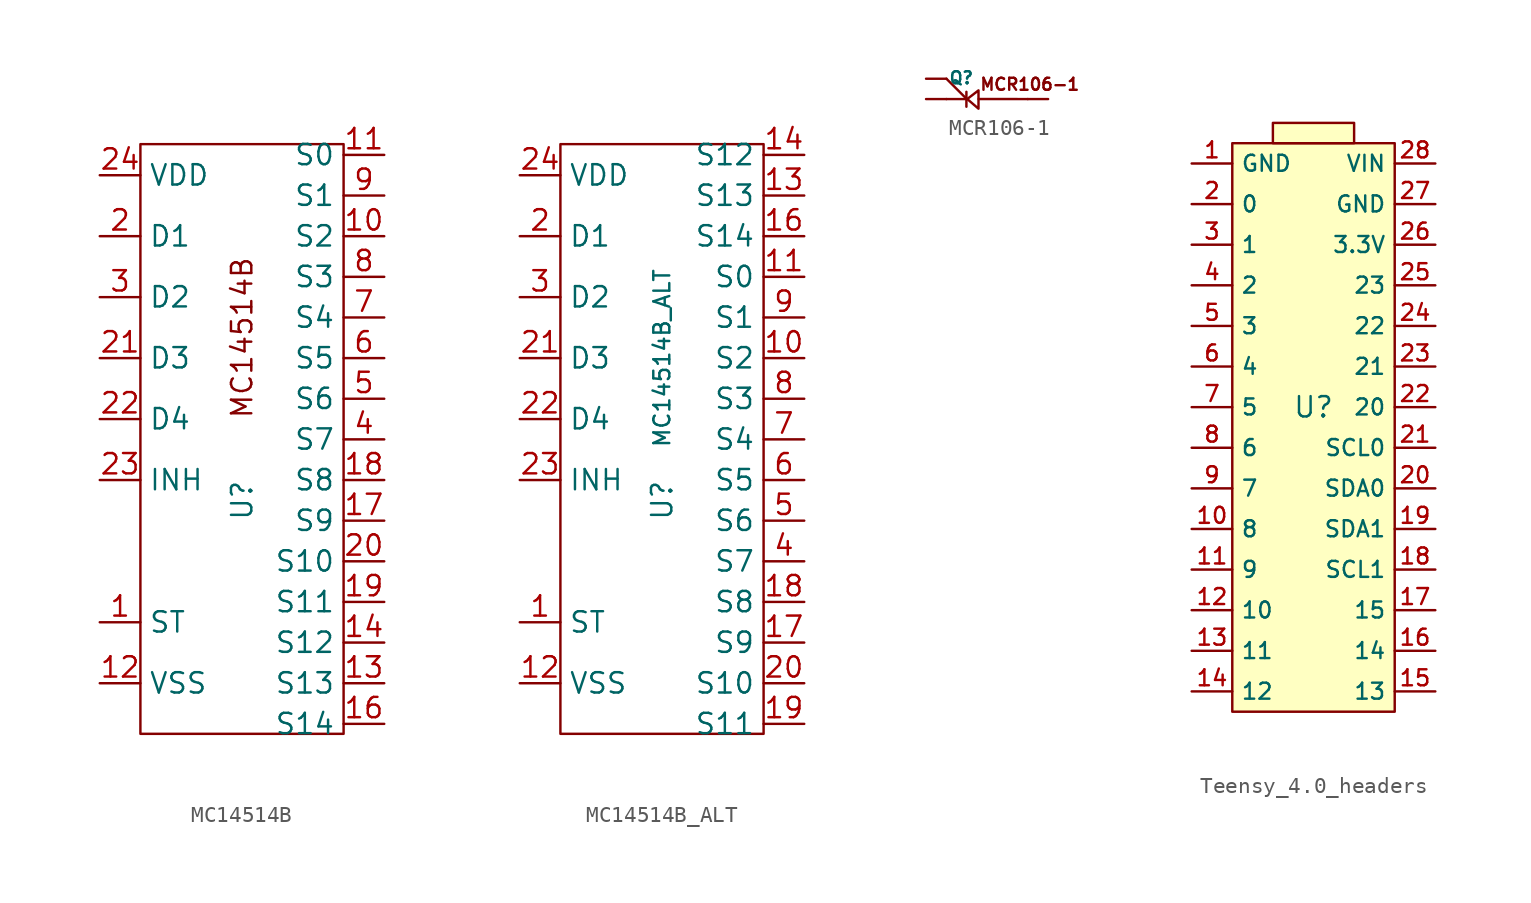
<source format=kicad_sym>
(kicad_symbol_lib
  (version 20241209)
  (generator "kicad_symbol_editor")
  (generator_version "9.0")
  (symbol "MC14514B"
    (property "Reference" "U"
      (at 0 -3.81 90)
      (effects (font (size 1.27 1.27))))
    (property "Value" ""
      (at 2.54 2.54 0)
      (effects (font (size 1.27 1.27))))
    (symbol "MC14514B_0_1"
      (rectangle (start -6.35 18.453) (end 6.35 -18.403) (stroke (width 0) (type default)) (fill (type none))))
    (symbol "MC14514B_1_1"
      (text "MC14514B" (at 0 6.35 900) (effects (font (size 1.27 1.27))))
      (pin power_in line (at -8.89 16.51 0) (length 2.54) (name "VDD" (effects (font (size 1.27 1.27)))) (number "24" (effects (font (size 1.27 1.27)))))
      (pin input line (at -8.89 12.7 0) (length 2.54) (name "D1" (effects (font (size 1.27 1.27)))) (number "2" (effects (font (size 1.27 1.27)))))
      (pin input line (at -8.89 8.89 0) (length 2.54) (name "D2" (effects (font (size 1.27 1.27)))) (number "3" (effects (font (size 1.27 1.27)))))
      (pin input line (at -8.89 5.08 0) (length 2.54) (name "D3" (effects (font (size 1.27 1.27)))) (number "21" (effects (font (size 1.27 1.27)))))
      (pin input line (at -8.89 1.27 0) (length 2.54) (name "D4" (effects (font (size 1.27 1.27)))) (number "22" (effects (font (size 1.27 1.27)))))
      (pin input line (at -8.89 -2.54 0) (length 2.54) (name "INH" (effects (font (size 1.27 1.27)))) (number "23" (effects (font (size 1.27 1.27)))))
      (pin output line (at -8.89 -6.35 0) (length 2.54) (hide yes) (name "S15" (effects (font (size 1.27 1.27)))) (number "15" (effects (font (size 1.27 1.27)))))
      (pin input line (at -8.89 -11.43 0) (length 2.54) (name "ST" (effects (font (size 1.27 1.27)))) (number "1" (effects (font (size 1.27 1.27)))))
      (pin power_in line (at -8.89 -15.24 0) (length 2.54) (name "VSS" (effects (font (size 1.27 1.27)))) (number "12" (effects (font (size 1.27 1.27)))))
      (pin output line (at 8.89 17.78 180) (length 2.54) (name "S0" (effects (font (size 1.27 1.27)))) (number "11" (effects (font (size 1.27 1.27)))))
      (pin output line (at 8.89 15.24 180) (length 2.54) (name "S1" (effects (font (size 1.27 1.27)))) (number "9" (effects (font (size 1.27 1.27)))))
      (pin output line (at 8.89 12.7 180) (length 2.54) (name "S2" (effects (font (size 1.27 1.27)))) (number "10" (effects (font (size 1.27 1.27)))))
      (pin output line (at 8.89 10.16 180) (length 2.54) (name "S3" (effects (font (size 1.27 1.27)))) (number "8" (effects (font (size 1.27 1.27)))))
      (pin output line (at 8.89 7.62 180) (length 2.54) (name "S4" (effects (font (size 1.27 1.27)))) (number "7" (effects (font (size 1.27 1.27)))))
      (pin output line (at 8.89 5.08 180) (length 2.54) (name "S5" (effects (font (size 1.27 1.27)))) (number "6" (effects (font (size 1.27 1.27)))))
      (pin output line (at 8.89 2.54 180) (length 2.54) (name "S6" (effects (font (size 1.27 1.27)))) (number "5" (effects (font (size 1.27 1.27)))))
      (pin output line (at 8.89 0 180) (length 2.54) (name "S7" (effects (font (size 1.27 1.27)))) (number "4" (effects (font (size 1.27 1.27)))))
      (pin output line (at 8.89 -2.54 180) (length 2.54) (name "S8" (effects (font (size 1.27 1.27)))) (number "18" (effects (font (size 1.27 1.27)))))
      (pin output line (at 8.89 -5.08 180) (length 2.54) (name "S9" (effects (font (size 1.27 1.27)))) (number "17" (effects (font (size 1.27 1.27)))))
      (pin output line (at 8.89 -7.62 180) (length 2.54) (name "S10" (effects (font (size 1.27 1.27)))) (number "20" (effects (font (size 1.27 1.27)))))
      (pin output line (at 8.89 -10.16 180) (length 2.54) (name "S11" (effects (font (size 1.27 1.27)))) (number "19" (effects (font (size 1.27 1.27)))))
      (pin output line (at 8.89 -12.7 180) (length 2.54) (name "S12" (effects (font (size 1.27 1.27)))) (number "14" (effects (font (size 1.27 1.27)))))
      (pin output line (at 8.89 -15.24 180) (length 2.54) (name "S13" (effects (font (size 1.27 1.27)))) (number "13" (effects (font (size 1.27 1.27)))))
      (pin output line (at 8.89 -17.78 180) (length 2.54) (name "S14" (effects (font (size 1.27 1.27)))) (number "16" (effects (font (size 1.27 1.27)))))))
  (symbol "MC14514B_ALT"
    (property "Reference" "U"
      (at 0 -3.81 90)
      (effects (font (size 1.27 1.27))))
    (property "Value" "MC14514B_ALT"
      (at 0 5.08 90)
      (effects (font (size 1 1))))
    (symbol "MC14514B_ALT_0_1"
      (rectangle (start -6.35 18.453) (end 6.35 -18.403) (stroke (width 0) (type default)) (fill (type none))))
    (symbol "MC14514B_ALT_1_1"
      (pin power_in line (at -8.89 16.51 0) (length 2.54) (name "VDD" (effects (font (size 1.27 1.27)))) (number "24" (effects (font (size 1.27 1.27)))))
      (pin input line (at -8.89 12.7 0) (length 2.54) (name "D1" (effects (font (size 1.27 1.27)))) (number "2" (effects (font (size 1.27 1.27)))))
      (pin input line (at -8.89 8.89 0) (length 2.54) (name "D2" (effects (font (size 1.27 1.27)))) (number "3" (effects (font (size 1.27 1.27)))))
      (pin input line (at -8.89 5.08 0) (length 2.54) (name "D3" (effects (font (size 1.27 1.27)))) (number "21" (effects (font (size 1.27 1.27)))))
      (pin input line (at -8.89 1.27 0) (length 2.54) (name "D4" (effects (font (size 1.27 1.27)))) (number "22" (effects (font (size 1.27 1.27)))))
      (pin input line (at -8.89 -2.54 0) (length 2.54) (name "INH" (effects (font (size 1.27 1.27)))) (number "23" (effects (font (size 1.27 1.27)))))
      (pin output line (at -8.89 -6.35 0) (length 2.54) (hide yes) (name "S15" (effects (font (size 1.27 1.27)))) (number "15" (effects (font (size 1.27 1.27)))))
      (pin input line (at -8.89 -11.43 0) (length 2.54) (name "ST" (effects (font (size 1.27 1.27)))) (number "1" (effects (font (size 1.27 1.27)))))
      (pin power_in line (at -8.89 -15.24 0) (length 2.54) (name "VSS" (effects (font (size 1.27 1.27)))) (number "12" (effects (font (size 1.27 1.27)))))
      (pin output line (at 8.89 17.78 180) (length 2.54) (name "S12" (effects (font (size 1.27 1.27)))) (number "14" (effects (font (size 1.27 1.27)))))
      (pin output line (at 8.89 15.24 180) (length 2.54) (name "S13" (effects (font (size 1.27 1.27)))) (number "13" (effects (font (size 1.27 1.27)))))
      (pin output line (at 8.89 12.7 180) (length 2.54) (name "S14" (effects (font (size 1.27 1.27)))) (number "16" (effects (font (size 1.27 1.27)))))
      (pin output line (at 8.89 10.16 180) (length 2.54) (name "S0" (effects (font (size 1.27 1.27)))) (number "11" (effects (font (size 1.27 1.27)))))
      (pin output line (at 8.89 7.62 180) (length 2.54) (name "S1" (effects (font (size 1.27 1.27)))) (number "9" (effects (font (size 1.27 1.27)))))
      (pin output line (at 8.89 5.08 180) (length 2.54) (name "S2" (effects (font (size 1.27 1.27)))) (number "10" (effects (font (size 1.27 1.27)))))
      (pin output line (at 8.89 2.54 180) (length 2.54) (name "S3" (effects (font (size 1.27 1.27)))) (number "8" (effects (font (size 1.27 1.27)))))
      (pin output line (at 8.89 0 180) (length 2.54) (name "S4" (effects (font (size 1.27 1.27)))) (number "7" (effects (font (size 1.27 1.27)))))
      (pin output line (at 8.89 -2.54 180) (length 2.54) (name "S5" (effects (font (size 1.27 1.27)))) (number "6" (effects (font (size 1.27 1.27)))))
      (pin output line (at 8.89 -5.08 180) (length 2.54) (name "S6" (effects (font (size 1.27 1.27)))) (number "5" (effects (font (size 1.27 1.27)))))
      (pin output line (at 8.89 -7.62 180) (length 2.54) (name "S7" (effects (font (size 1.27 1.27)))) (number "4" (effects (font (size 1.27 1.27)))))
      (pin output line (at 8.89 -10.16 180) (length 2.54) (name "S8" (effects (font (size 1.27 1.27)))) (number "18" (effects (font (size 1.27 1.27)))))
      (pin output line (at 8.89 -12.7 180) (length 2.54) (name "S9" (effects (font (size 1.27 1.27)))) (number "17" (effects (font (size 1.27 1.27)))))
      (pin output line (at 8.89 -15.24 180) (length 2.54) (name "S10" (effects (font (size 1.27 1.27)))) (number "20" (effects (font (size 1.27 1.27)))))
      (pin output line (at 8.89 -17.78 180) (length 2.54) (name "S11" (effects (font (size 1.27 1.27)))) (number "19" (effects (font (size 1.27 1.27)))))))
  (symbol "MCR106-1"
    (pin_numbers
      (hide yes))
    (pin_names
      (offset 0)
      (hide yes))
    (property "Reference" "Q"
      (at -2.877 1.327 0)
      (effects (font (size 0.75 0.75))))
    (property "Value" ""
      (at 0 0 0)
      (effects (font (size 1.27 1.27))))
    (symbol "MCR106-1_1_1"
      (polyline (pts (xy -3.81 1.27) (xy -2.54 0)) (stroke (width 0) (type default)) (fill (type none)))
      (polyline (pts (xy -3.81 0) (xy -2.54 0)) (stroke (width 0) (type default)) (fill (type none)))
      (polyline (pts (xy -2.561 0.451) (xy -2.561 -0.478)) (stroke (width 0) (type default)) (fill (type none)))
      (polyline (pts (xy -2.51 0.002) (xy -1.806 0.542) (xy -1.806 -0.6) (xy -2.51 0.002)) (stroke (width 0) (type default)) (fill (type none)))
      (polyline (pts (xy 1.27 0) (xy -1.796 0.002)) (stroke (width 0) (type default)) (fill (type none)))
      (text "MCR106-1" (at 1.398 0.919 0) (effects (font (size 0.75 0.75))))
      (pin input line (at -5.08 1.27 0) (length 1.27) (name "G" (effects (font (size 1.27 1.27)))) (number "2" (effects (font (size 1.27 1.27)))))
      (pin output line (at -5.08 0 0) (length 1.27) (name "C" (effects (font (size 1.27 1.27)))) (number "1" (effects (font (size 1.27 1.27)))))
      (pin input line (at 2.54 0 180) (length 1.27) (name "A" (effects (font (size 1.27 1.27)))) (number "3" (effects (font (size 1.27 1.27)))))))
  (symbol "Teensy_4.0_headers"
    (property "Reference" "U"
      (at 0 0 0)
      (effects (font (size 1.27 1.27))))
    (property "Value" ""
      (at 0 0 0)
      (effects (font (size 1.27 1.27))))
    (symbol "Teensy_4.0_headers_1_1"
      (rectangle (start -5.08 16.51) (end 5.08 -19.05) (stroke (width 0) (type default)) (fill (type background)))
      (rectangle (start -2.54 17.78) (end 2.54 16.51) (stroke (width 0) (type default)) (fill (type background)))
      (pin bidirectional line (at -7.62 15.24 0) (length 2.54) (name "GND" (effects (font (size 1 1)))) (number "1" (effects (font (size 1 1)))))
      (pin output line (at -7.62 12.7 0) (length 2.54) (name "0" (effects (font (size 1 1)))) (number "2" (effects (font (size 1 1)))))
      (pin output line (at -7.62 10.16 0) (length 2.54) (name "1" (effects (font (size 1 1)))) (number "3" (effects (font (size 1 1)))))
      (pin output line (at -7.62 7.62 0) (length 2.54) (name "2" (effects (font (size 1 1)))) (number "4" (effects (font (size 1 1)))))
      (pin output line (at -7.62 5.08 0) (length 2.54) (name "3" (effects (font (size 1 1)))) (number "5" (effects (font (size 1 1)))))
      (pin output line (at -7.62 2.54 0) (length 2.54) (name "4" (effects (font (size 1 1)))) (number "6" (effects (font (size 1 1)))))
      (pin output line (at -7.62 0 0) (length 2.54) (name "5" (effects (font (size 1 1)))) (number "7" (effects (font (size 1 1)))))
      (pin output line (at -7.62 -2.54 0) (length 2.54) (name "6" (effects (font (size 1 1)))) (number "8" (effects (font (size 1 1)))))
      (pin output line (at -7.62 -5.08 0) (length 2.54) (name "7" (effects (font (size 1 1)))) (number "9" (effects (font (size 1 1)))))
      (pin output line (at -7.62 -7.62 0) (length 2.54) (name "8" (effects (font (size 1 1)))) (number "10" (effects (font (size 1 1)))))
      (pin output line (at -7.62 -10.16 0) (length 2.54) (name "9" (effects (font (size 1 1)))) (number "11" (effects (font (size 1 1)))))
      (pin output line (at -7.62 -12.7 0) (length 2.54) (name "10" (effects (font (size 1 1)))) (number "12" (effects (font (size 1 1)))))
      (pin output line (at -7.62 -15.24 0) (length 2.54) (name "11" (effects (font (size 1 1)))) (number "13" (effects (font (size 1 1)))))
      (pin output line (at -7.62 -17.78 0) (length 2.54) (name "12" (effects (font (size 1 1)))) (number "14" (effects (font (size 1 1)))))
      (pin bidirectional line (at 7.62 15.24 180) (length 2.54) (name "VIN" (effects (font (size 1 1)))) (number "28" (effects (font (size 1 1)))))
      (pin output line (at 7.62 12.7 180) (length 2.54) (name "GND" (effects (font (size 1 1)))) (number "27" (effects (font (size 1 1)))))
      (pin output line (at 7.62 10.16 180) (length 2.54) (name "3.3V" (effects (font (size 1 1)))) (number "26" (effects (font (size 1 1)))))
      (pin output line (at 7.62 7.62 180) (length 2.54) (name "23" (effects (font (size 1 1)))) (number "25" (effects (font (size 1 1)))))
      (pin output line (at 7.62 5.08 180) (length 2.54) (name "22" (effects (font (size 1 1)))) (number "24" (effects (font (size 1 1)))))
      (pin output line (at 7.62 2.54 180) (length 2.54) (name "21" (effects (font (size 1 1)))) (number "23" (effects (font (size 1 1)))))
      (pin output line (at 7.62 0 180) (length 2.54) (name "20" (effects (font (size 1 1)))) (number "22" (effects (font (size 1 1)))))
      (pin output line (at 7.62 -2.54 180) (length 2.54) (name "SCL0" (effects (font (size 1 1)))) (number "21" (effects (font (size 1 1)))))
      (pin output line (at 7.62 -5.08 180) (length 2.54) (name "SDA0" (effects (font (size 1 1)))) (number "20" (effects (font (size 1 1)))))
      (pin output line (at 7.62 -7.62 180) (length 2.54) (name "SDA1" (effects (font (size 1 1)))) (number "19" (effects (font (size 1 1)))))
      (pin output line (at 7.62 -10.16 180) (length 2.54) (name "SCL1" (effects (font (size 1 1)))) (number "18" (effects (font (size 1 1)))))
      (pin output line (at 7.62 -12.7 180) (length 2.54) (name "15" (effects (font (size 1 1)))) (number "17" (effects (font (size 1 1)))))
      (pin output line (at 7.62 -15.24 180) (length 2.54) (name "14" (effects (font (size 1 1)))) (number "16" (effects (font (size 1 1)))))
      (pin output line (at 7.62 -17.78 180) (length 2.54) (name "13" (effects (font (size 1 1)))) (number "15" (effects (font (size 1 1))))))))
</source>
